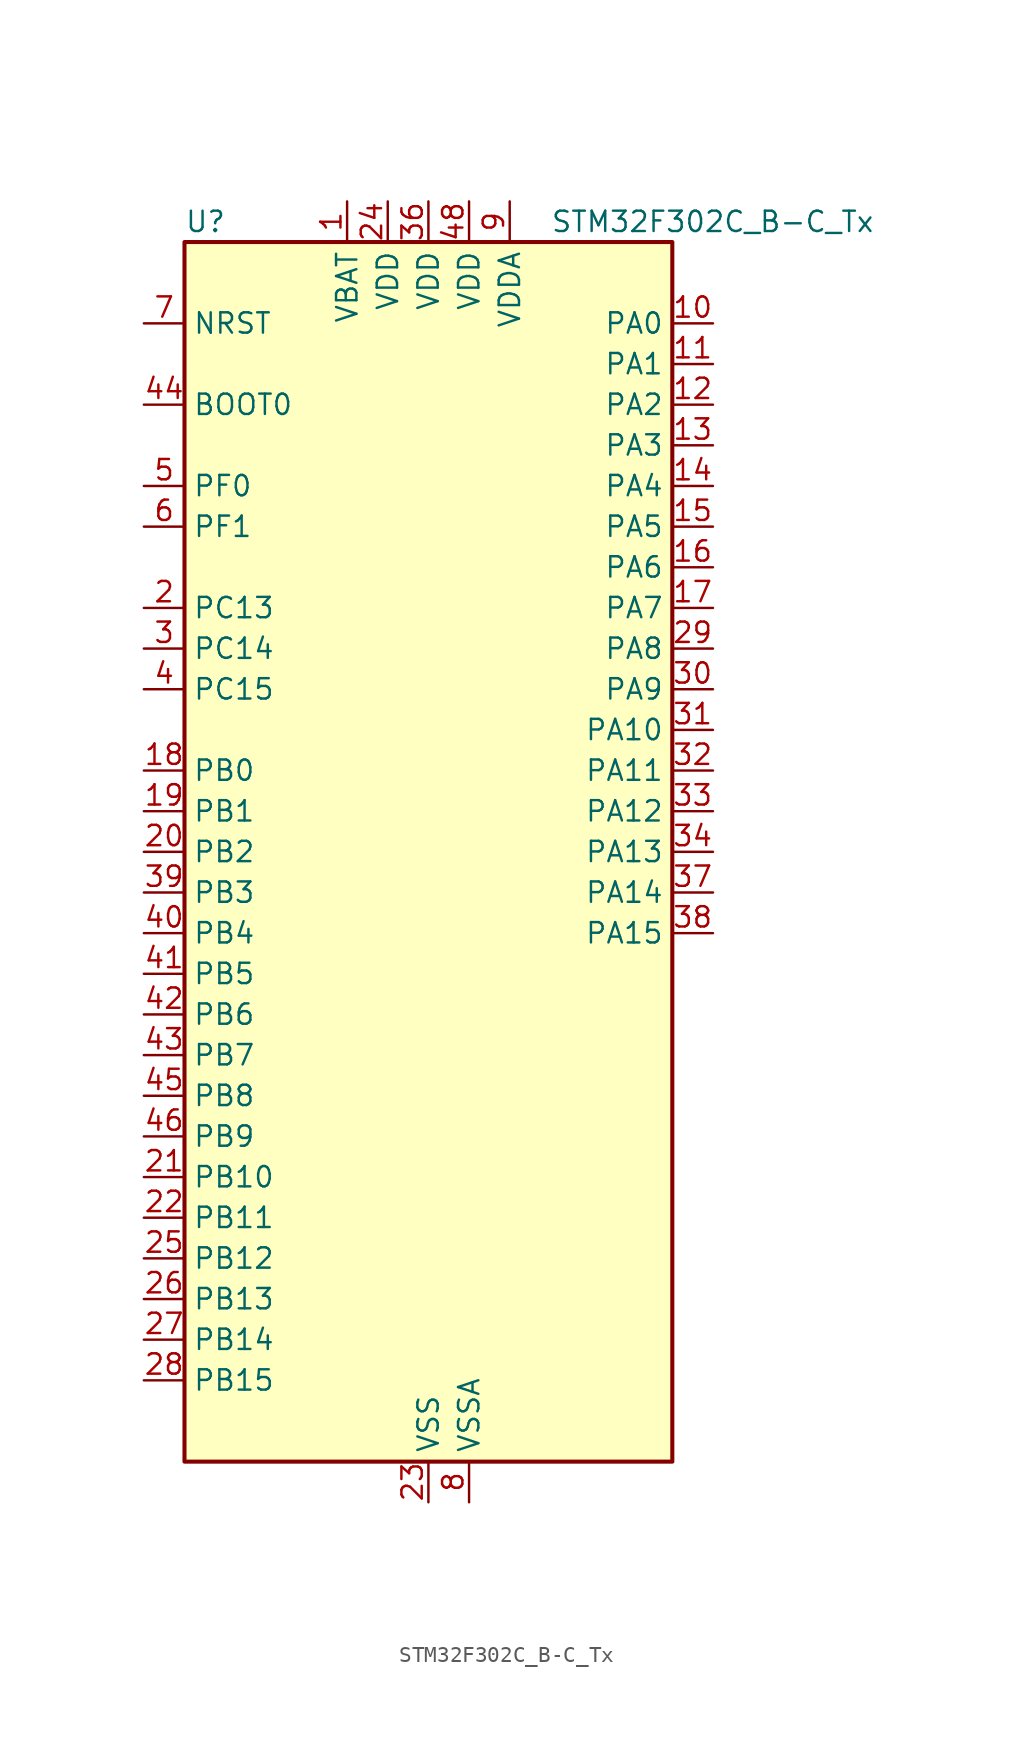
<source format=kicad_sym>
(kicad_symbol_lib
  (version 20241209)
  (generator "kicad_symbol_editor")
  (generator_version "9.0")
  (symbol "STM32F302C_B-C_Tx"
    (property "Reference" "U"
      (at -15.24 39.37 0)
      (effects (font (size 1.27 1.27)) (justify left)))
    (property "Value" "STM32F302C_B-C_Tx"
      (at 7.62 39.37 0)
      (effects (font (size 1.27 1.27)) (justify left)))
    (symbol "STM32F302C_B-C_Tx_0_1"
      (rectangle (start -15.24 -38.1) (end 15.24 38.1) (stroke (width 0.254) (type default)) (fill (type background))))
    (symbol "STM32F302C_B-C_Tx_1_1"
      (pin input line (at -17.78 33.02 0) (length 2.54) (name "NRST" (effects (font (size 1.27 1.27)))) (number "7" (effects (font (size 1.27 1.27)))))
      (pin input line (at -17.78 27.94 0) (length 2.54) (name "BOOT0" (effects (font (size 1.27 1.27)))) (number "44" (effects (font (size 1.27 1.27)))))
      (pin bidirectional line (at -17.78 22.86 0) (length 2.54) (name "PF0" (effects (font (size 1.27 1.27)))) (number "5" (effects (font (size 1.27 1.27)))) (alternate "I2C2_SDA" bidirectional line) (alternate "RCC_OSC_IN" bidirectional line) (alternate "TIM1_CH3N" bidirectional line))
      (pin bidirectional line (at -17.78 20.32 0) (length 2.54) (name "PF1" (effects (font (size 1.27 1.27)))) (number "6" (effects (font (size 1.27 1.27)))) (alternate "I2C2_SCL" bidirectional line) (alternate "RCC_OSC_OUT" bidirectional line))
      (pin bidirectional line (at -17.78 15.24 0) (length 2.54) (name "PC13" (effects (font (size 1.27 1.27)))) (number "2" (effects (font (size 1.27 1.27)))) (alternate "RTC_OUT_ALARM" bidirectional line) (alternate "RTC_OUT_CALIB" bidirectional line) (alternate "RTC_TAMP1" bidirectional line) (alternate "RTC_TS" bidirectional line) (alternate "SYS_WKUP2" bidirectional line) (alternate "TIM1_CH1N" bidirectional line))
      (pin bidirectional line (at -17.78 12.7 0) (length 2.54) (name "PC14" (effects (font (size 1.27 1.27)))) (number "3" (effects (font (size 1.27 1.27)))) (alternate "RCC_OSC32_IN" bidirectional line))
      (pin bidirectional line (at -17.78 10.16 0) (length 2.54) (name "PC15" (effects (font (size 1.27 1.27)))) (number "4" (effects (font (size 1.27 1.27)))) (alternate "ADC1_EXTI15" bidirectional line) (alternate "ADC2_EXTI15" bidirectional line) (alternate "RCC_OSC32_OUT" bidirectional line))
      (pin bidirectional line (at -17.78 5.08 0) (length 2.54) (name "PB0" (effects (font (size 1.27 1.27)))) (number "18" (effects (font (size 1.27 1.27)))) (alternate "COMP4_INP" bidirectional line) (alternate "OPAMP2_VINP" bidirectional line) (alternate "OPAMP2_VINP_SEC" bidirectional line) (alternate "TIM1_CH2N" bidirectional line) (alternate "TIM3_CH3" bidirectional line) (alternate "TSC_G3_IO2" bidirectional line))
      (pin bidirectional line (at -17.78 2.54 0) (length 2.54) (name "PB1" (effects (font (size 1.27 1.27)))) (number "19" (effects (font (size 1.27 1.27)))) (alternate "COMP4_OUT" bidirectional line) (alternate "TIM1_CH3N" bidirectional line) (alternate "TIM3_CH4" bidirectional line) (alternate "TSC_G3_IO3" bidirectional line))
      (pin bidirectional line (at -17.78 0 0) (length 2.54) (name "PB2" (effects (font (size 1.27 1.27)))) (number "20" (effects (font (size 1.27 1.27)))) (alternate "ADC2_IN12" bidirectional line) (alternate "COMP4_INM" bidirectional line) (alternate "TSC_G3_IO4" bidirectional line))
      (pin bidirectional line (at -17.78 -2.54 0) (length 2.54) (name "PB3" (effects (font (size 1.27 1.27)))) (number "39" (effects (font (size 1.27 1.27)))) (alternate "I2S3_CK" bidirectional line) (alternate "SPI1_SCK" bidirectional line) (alternate "SPI3_SCK" bidirectional line) (alternate "SYS_JTDO-TRACESWO" bidirectional line) (alternate "TIM2_CH2" bidirectional line) (alternate "TIM3_ETR" bidirectional line) (alternate "TIM4_ETR" bidirectional line) (alternate "TSC_G5_IO1" bidirectional line) (alternate "USART2_TX" bidirectional line))
      (pin bidirectional line (at -17.78 -5.08 0) (length 2.54) (name "PB4" (effects (font (size 1.27 1.27)))) (number "40" (effects (font (size 1.27 1.27)))) (alternate "I2S3_ext_SD" bidirectional line) (alternate "SPI1_MISO" bidirectional line) (alternate "SPI3_MISO" bidirectional line) (alternate "SYS_NJTRST" bidirectional line) (alternate "TIM16_CH1" bidirectional line) (alternate "TIM17_BKIN" bidirectional line) (alternate "TIM3_CH1" bidirectional line) (alternate "TSC_G5_IO2" bidirectional line) (alternate "USART2_RX" bidirectional line))
      (pin bidirectional line (at -17.78 -7.62 0) (length 2.54) (name "PB5" (effects (font (size 1.27 1.27)))) (number "41" (effects (font (size 1.27 1.27)))) (alternate "I2C1_SMBA" bidirectional line) (alternate "I2S3_SD" bidirectional line) (alternate "SPI1_MOSI" bidirectional line) (alternate "SPI3_MOSI" bidirectional line) (alternate "TIM16_BKIN" bidirectional line) (alternate "TIM17_CH1" bidirectional line) (alternate "TIM3_CH2" bidirectional line) (alternate "USART2_CK" bidirectional line))
      (pin bidirectional line (at -17.78 -10.16 0) (length 2.54) (name "PB6" (effects (font (size 1.27 1.27)))) (number "42" (effects (font (size 1.27 1.27)))) (alternate "I2C1_SCL" bidirectional line) (alternate "TIM16_CH1N" bidirectional line) (alternate "TIM4_CH1" bidirectional line) (alternate "TSC_G5_IO3" bidirectional line) (alternate "USART1_TX" bidirectional line))
      (pin bidirectional line (at -17.78 -12.7 0) (length 2.54) (name "PB7" (effects (font (size 1.27 1.27)))) (number "43" (effects (font (size 1.27 1.27)))) (alternate "I2C1_SDA" bidirectional line) (alternate "TIM17_CH1N" bidirectional line) (alternate "TIM3_CH4" bidirectional line) (alternate "TIM4_CH2" bidirectional line) (alternate "TSC_G5_IO4" bidirectional line) (alternate "USART1_RX" bidirectional line))
      (pin bidirectional line (at -17.78 -15.24 0) (length 2.54) (name "PB8" (effects (font (size 1.27 1.27)))) (number "45" (effects (font (size 1.27 1.27)))) (alternate "CAN_RX" bidirectional line) (alternate "COMP1_OUT" bidirectional line) (alternate "I2C1_SCL" bidirectional line) (alternate "TIM16_CH1" bidirectional line) (alternate "TIM1_BKIN" bidirectional line) (alternate "TIM4_CH3" bidirectional line) (alternate "TSC_SYNC" bidirectional line))
      (pin bidirectional line (at -17.78 -17.78 0) (length 2.54) (name "PB9" (effects (font (size 1.27 1.27)))) (number "46" (effects (font (size 1.27 1.27)))) (alternate "CAN_TX" bidirectional line) (alternate "COMP2_OUT" bidirectional line) (alternate "DAC_EXTI9" bidirectional line) (alternate "I2C1_SDA" bidirectional line) (alternate "IR_OUT" bidirectional line) (alternate "TIM17_CH1" bidirectional line) (alternate "TIM4_CH4" bidirectional line))
      (pin bidirectional line (at -17.78 -20.32 0) (length 2.54) (name "PB10" (effects (font (size 1.27 1.27)))) (number "21" (effects (font (size 1.27 1.27)))) (alternate "TIM2_CH3" bidirectional line) (alternate "TSC_SYNC" bidirectional line) (alternate "USART3_TX" bidirectional line))
      (pin bidirectional line (at -17.78 -22.86 0) (length 2.54) (name "PB11" (effects (font (size 1.27 1.27)))) (number "22" (effects (font (size 1.27 1.27)))) (alternate "ADC1_EXTI11" bidirectional line) (alternate "ADC2_EXTI11" bidirectional line) (alternate "COMP6_INP" bidirectional line) (alternate "TIM2_CH4" bidirectional line) (alternate "TSC_G6_IO1" bidirectional line) (alternate "USART3_RX" bidirectional line))
      (pin bidirectional line (at -17.78 -25.4 0) (length 2.54) (name "PB12" (effects (font (size 1.27 1.27)))) (number "25" (effects (font (size 1.27 1.27)))) (alternate "I2C2_SMBA" bidirectional line) (alternate "I2S2_WS" bidirectional line) (alternate "SPI2_NSS" bidirectional line) (alternate "TIM1_BKIN" bidirectional line) (alternate "TSC_G6_IO2" bidirectional line) (alternate "USART3_CK" bidirectional line))
      (pin bidirectional line (at -17.78 -27.94 0) (length 2.54) (name "PB13" (effects (font (size 1.27 1.27)))) (number "26" (effects (font (size 1.27 1.27)))) (alternate "I2S2_CK" bidirectional line) (alternate "SPI2_SCK" bidirectional line) (alternate "TIM1_CH1N" bidirectional line) (alternate "TSC_G6_IO3" bidirectional line) (alternate "USART3_CTS" bidirectional line))
      (pin bidirectional line (at -17.78 -30.48 0) (length 2.54) (name "PB14" (effects (font (size 1.27 1.27)))) (number "27" (effects (font (size 1.27 1.27)))) (alternate "I2S2_ext_SD" bidirectional line) (alternate "OPAMP2_VINP" bidirectional line) (alternate "OPAMP2_VINP_SEC" bidirectional line) (alternate "SPI2_MISO" bidirectional line) (alternate "TIM15_CH1" bidirectional line) (alternate "TIM1_CH2N" bidirectional line) (alternate "TSC_G6_IO4" bidirectional line) (alternate "USART3_DE" bidirectional line) (alternate "USART3_RTS" bidirectional line))
      (pin bidirectional line (at -17.78 -33.02 0) (length 2.54) (name "PB15" (effects (font (size 1.27 1.27)))) (number "28" (effects (font (size 1.27 1.27)))) (alternate "ADC1_EXTI15" bidirectional line) (alternate "ADC2_EXTI15" bidirectional line) (alternate "COMP6_INM" bidirectional line) (alternate "I2S2_SD" bidirectional line) (alternate "RTC_REFIN" bidirectional line) (alternate "SPI2_MOSI" bidirectional line) (alternate "TIM15_CH1N" bidirectional line) (alternate "TIM15_CH2" bidirectional line) (alternate "TIM1_CH3N" bidirectional line))
      (pin power_in line (at -5.08 40.64 270) (length 2.54) (name "VBAT" (effects (font (size 1.27 1.27)))) (number "1" (effects (font (size 1.27 1.27)))))
      (pin power_in line (at -2.54 40.64 270) (length 2.54) (name "VDD" (effects (font (size 1.27 1.27)))) (number "24" (effects (font (size 1.27 1.27)))))
      (pin power_in line (at 0 40.64 270) (length 2.54) (name "VDD" (effects (font (size 1.27 1.27)))) (number "36" (effects (font (size 1.27 1.27)))))
      (pin power_in line (at 0 -40.64 90) (length 2.54) (name "VSS" (effects (font (size 1.27 1.27)))) (number "23" (effects (font (size 1.27 1.27)))))
      (pin passive line (at 0 -40.64 90) (length 2.54) (hide yes) (name "VSS" (effects (font (size 1.27 1.27)))) (number "35" (effects (font (size 1.27 1.27)))))
      (pin passive line (at 0 -40.64 90) (length 2.54) (hide yes) (name "VSS" (effects (font (size 1.27 1.27)))) (number "47" (effects (font (size 1.27 1.27)))))
      (pin power_in line (at 2.54 40.64 270) (length 2.54) (name "VDD" (effects (font (size 1.27 1.27)))) (number "48" (effects (font (size 1.27 1.27)))))
      (pin power_in line (at 2.54 -40.64 90) (length 2.54) (name "VSSA" (effects (font (size 1.27 1.27)))) (number "8" (effects (font (size 1.27 1.27)))))
      (pin power_in line (at 5.08 40.64 270) (length 2.54) (name "VDDA" (effects (font (size 1.27 1.27)))) (number "9" (effects (font (size 1.27 1.27)))))
      (pin bidirectional line (at 17.78 33.02 180) (length 2.54) (name "PA0" (effects (font (size 1.27 1.27)))) (number "10" (effects (font (size 1.27 1.27)))) (alternate "ADC1_IN1" bidirectional line) (alternate "COMP1_INM" bidirectional line) (alternate "COMP1_OUT" bidirectional line) (alternate "RTC_TAMP2" bidirectional line) (alternate "SYS_WKUP1" bidirectional line) (alternate "TIM2_CH1" bidirectional line) (alternate "TIM2_ETR" bidirectional line) (alternate "TSC_G1_IO1" bidirectional line) (alternate "USART2_CTS" bidirectional line))
      (pin bidirectional line (at 17.78 30.48 180) (length 2.54) (name "PA1" (effects (font (size 1.27 1.27)))) (number "11" (effects (font (size 1.27 1.27)))) (alternate "ADC1_IN2" bidirectional line) (alternate "COMP1_INP" bidirectional line) (alternate "OPAMP1_VINP" bidirectional line) (alternate "OPAMP1_VINP_SEC" bidirectional line) (alternate "RTC_REFIN" bidirectional line) (alternate "TIM15_CH1N" bidirectional line) (alternate "TIM2_CH2" bidirectional line) (alternate "TSC_G1_IO2" bidirectional line) (alternate "USART2_DE" bidirectional line) (alternate "USART2_RTS" bidirectional line))
      (pin bidirectional line (at 17.78 27.94 180) (length 2.54) (name "PA2" (effects (font (size 1.27 1.27)))) (number "12" (effects (font (size 1.27 1.27)))) (alternate "ADC1_IN3" bidirectional line) (alternate "COMP2_INM" bidirectional line) (alternate "COMP2_OUT" bidirectional line) (alternate "OPAMP1_VOUT" bidirectional line) (alternate "TIM15_CH1" bidirectional line) (alternate "TIM2_CH3" bidirectional line) (alternate "TSC_G1_IO3" bidirectional line) (alternate "USART2_TX" bidirectional line))
      (pin bidirectional line (at 17.78 25.4 180) (length 2.54) (name "PA3" (effects (font (size 1.27 1.27)))) (number "13" (effects (font (size 1.27 1.27)))) (alternate "ADC1_IN4" bidirectional line) (alternate "COMP2_INP" bidirectional line) (alternate "OPAMP1_VINM" bidirectional line) (alternate "OPAMP1_VINM_SEC" bidirectional line) (alternate "OPAMP1_VINP" bidirectional line) (alternate "OPAMP1_VINP_SEC" bidirectional line) (alternate "TIM15_CH2" bidirectional line) (alternate "TIM2_CH4" bidirectional line) (alternate "TSC_G1_IO4" bidirectional line) (alternate "USART2_RX" bidirectional line))
      (pin bidirectional line (at 17.78 22.86 180) (length 2.54) (name "PA4" (effects (font (size 1.27 1.27)))) (number "14" (effects (font (size 1.27 1.27)))) (alternate "ADC2_IN1" bidirectional line) (alternate "COMP1_INM" bidirectional line) (alternate "COMP2_INM" bidirectional line) (alternate "COMP4_INM" bidirectional line) (alternate "COMP6_INM" bidirectional line) (alternate "DAC_OUT1" bidirectional line) (alternate "I2S3_WS" bidirectional line) (alternate "SPI1_NSS" bidirectional line) (alternate "SPI3_NSS" bidirectional line) (alternate "TIM3_CH2" bidirectional line) (alternate "TSC_G2_IO1" bidirectional line) (alternate "USART2_CK" bidirectional line))
      (pin bidirectional line (at 17.78 20.32 180) (length 2.54) (name "PA5" (effects (font (size 1.27 1.27)))) (number "15" (effects (font (size 1.27 1.27)))) (alternate "ADC2_IN2" bidirectional line) (alternate "COMP1_INM" bidirectional line) (alternate "COMP2_INM" bidirectional line) (alternate "COMP4_INM" bidirectional line) (alternate "COMP6_INM" bidirectional line) (alternate "OPAMP1_VINP" bidirectional line) (alternate "OPAMP1_VINP_SEC" bidirectional line) (alternate "OPAMP2_VINM" bidirectional line) (alternate "OPAMP2_VINM_SEC" bidirectional line) (alternate "SPI1_SCK" bidirectional line) (alternate "TIM2_CH1" bidirectional line) (alternate "TIM2_ETR" bidirectional line) (alternate "TSC_G2_IO2" bidirectional line))
      (pin bidirectional line (at 17.78 17.78 180) (length 2.54) (name "PA6" (effects (font (size 1.27 1.27)))) (number "16" (effects (font (size 1.27 1.27)))) (alternate "ADC2_IN3" bidirectional line) (alternate "COMP1_OUT" bidirectional line) (alternate "OPAMP2_VOUT" bidirectional line) (alternate "SPI1_MISO" bidirectional line) (alternate "TIM16_CH1" bidirectional line) (alternate "TIM1_BKIN" bidirectional line) (alternate "TIM3_CH1" bidirectional line) (alternate "TSC_G2_IO3" bidirectional line))
      (pin bidirectional line (at 17.78 15.24 180) (length 2.54) (name "PA7" (effects (font (size 1.27 1.27)))) (number "17" (effects (font (size 1.27 1.27)))) (alternate "ADC2_IN4" bidirectional line) (alternate "COMP2_INP" bidirectional line) (alternate "COMP2_OUT" bidirectional line) (alternate "OPAMP1_VINP" bidirectional line) (alternate "OPAMP1_VINP_SEC" bidirectional line) (alternate "OPAMP2_VINP" bidirectional line) (alternate "OPAMP2_VINP_SEC" bidirectional line) (alternate "SPI1_MOSI" bidirectional line) (alternate "TIM17_CH1" bidirectional line) (alternate "TIM1_CH1N" bidirectional line) (alternate "TIM3_CH2" bidirectional line) (alternate "TSC_G2_IO4" bidirectional line))
      (pin bidirectional line (at 17.78 12.7 180) (length 2.54) (name "PA8" (effects (font (size 1.27 1.27)))) (number "29" (effects (font (size 1.27 1.27)))) (alternate "I2C2_SMBA" bidirectional line) (alternate "I2S2_MCK" bidirectional line) (alternate "RCC_MCO" bidirectional line) (alternate "TIM1_CH1" bidirectional line) (alternate "TIM4_ETR" bidirectional line) (alternate "USART1_CK" bidirectional line))
      (pin bidirectional line (at 17.78 10.16 180) (length 2.54) (name "PA9" (effects (font (size 1.27 1.27)))) (number "30" (effects (font (size 1.27 1.27)))) (alternate "DAC_EXTI9" bidirectional line) (alternate "I2C2_SCL" bidirectional line) (alternate "I2S3_MCK" bidirectional line) (alternate "TIM15_BKIN" bidirectional line) (alternate "TIM1_CH2" bidirectional line) (alternate "TIM2_CH3" bidirectional line) (alternate "TSC_G4_IO1" bidirectional line) (alternate "USART1_TX" bidirectional line))
      (pin bidirectional line (at 17.78 7.62 180) (length 2.54) (name "PA10" (effects (font (size 1.27 1.27)))) (number "31" (effects (font (size 1.27 1.27)))) (alternate "COMP6_OUT" bidirectional line) (alternate "I2C2_SDA" bidirectional line) (alternate "TIM17_BKIN" bidirectional line) (alternate "TIM1_CH3" bidirectional line) (alternate "TIM2_CH4" bidirectional line) (alternate "TSC_G4_IO2" bidirectional line) (alternate "USART1_RX" bidirectional line))
      (pin bidirectional line (at 17.78 5.08 180) (length 2.54) (name "PA11" (effects (font (size 1.27 1.27)))) (number "32" (effects (font (size 1.27 1.27)))) (alternate "ADC1_EXTI11" bidirectional line) (alternate "ADC2_EXTI11" bidirectional line) (alternate "CAN_RX" bidirectional line) (alternate "COMP1_OUT" bidirectional line) (alternate "TIM1_BKIN2" bidirectional line) (alternate "TIM1_CH1N" bidirectional line) (alternate "TIM1_CH4" bidirectional line) (alternate "TIM4_CH1" bidirectional line) (alternate "USART1_CTS" bidirectional line) (alternate "USB_DM" bidirectional line))
      (pin bidirectional line (at 17.78 2.54 180) (length 2.54) (name "PA12" (effects (font (size 1.27 1.27)))) (number "33" (effects (font (size 1.27 1.27)))) (alternate "CAN_TX" bidirectional line) (alternate "COMP2_OUT" bidirectional line) (alternate "TIM16_CH1" bidirectional line) (alternate "TIM1_CH2N" bidirectional line) (alternate "TIM1_ETR" bidirectional line) (alternate "TIM4_CH2" bidirectional line) (alternate "USART1_DE" bidirectional line) (alternate "USART1_RTS" bidirectional line) (alternate "USB_DP" bidirectional line))
      (pin bidirectional line (at 17.78 0 180) (length 2.54) (name "PA13" (effects (font (size 1.27 1.27)))) (number "34" (effects (font (size 1.27 1.27)))) (alternate "IR_OUT" bidirectional line) (alternate "SYS_JTMS-SWDIO" bidirectional line) (alternate "TIM16_CH1N" bidirectional line) (alternate "TIM4_CH3" bidirectional line) (alternate "TSC_G4_IO3" bidirectional line) (alternate "USART3_CTS" bidirectional line))
      (pin bidirectional line (at 17.78 -2.54 180) (length 2.54) (name "PA14" (effects (font (size 1.27 1.27)))) (number "37" (effects (font (size 1.27 1.27)))) (alternate "I2C1_SDA" bidirectional line) (alternate "SYS_JTCK-SWCLK" bidirectional line) (alternate "TIM1_BKIN" bidirectional line) (alternate "TSC_G4_IO4" bidirectional line) (alternate "USART2_TX" bidirectional line))
      (pin bidirectional line (at 17.78 -5.08 180) (length 2.54) (name "PA15" (effects (font (size 1.27 1.27)))) (number "38" (effects (font (size 1.27 1.27)))) (alternate "ADC1_EXTI15" bidirectional line) (alternate "ADC2_EXTI15" bidirectional line) (alternate "I2C1_SCL" bidirectional line) (alternate "I2S3_WS" bidirectional line) (alternate "SPI1_NSS" bidirectional line) (alternate "SPI3_NSS" bidirectional line) (alternate "SYS_JTDI" bidirectional line) (alternate "TIM1_BKIN" bidirectional line) (alternate "TIM2_CH1" bidirectional line) (alternate "TIM2_ETR" bidirectional line) (alternate "USART2_RX" bidirectional line)))))
</source>
